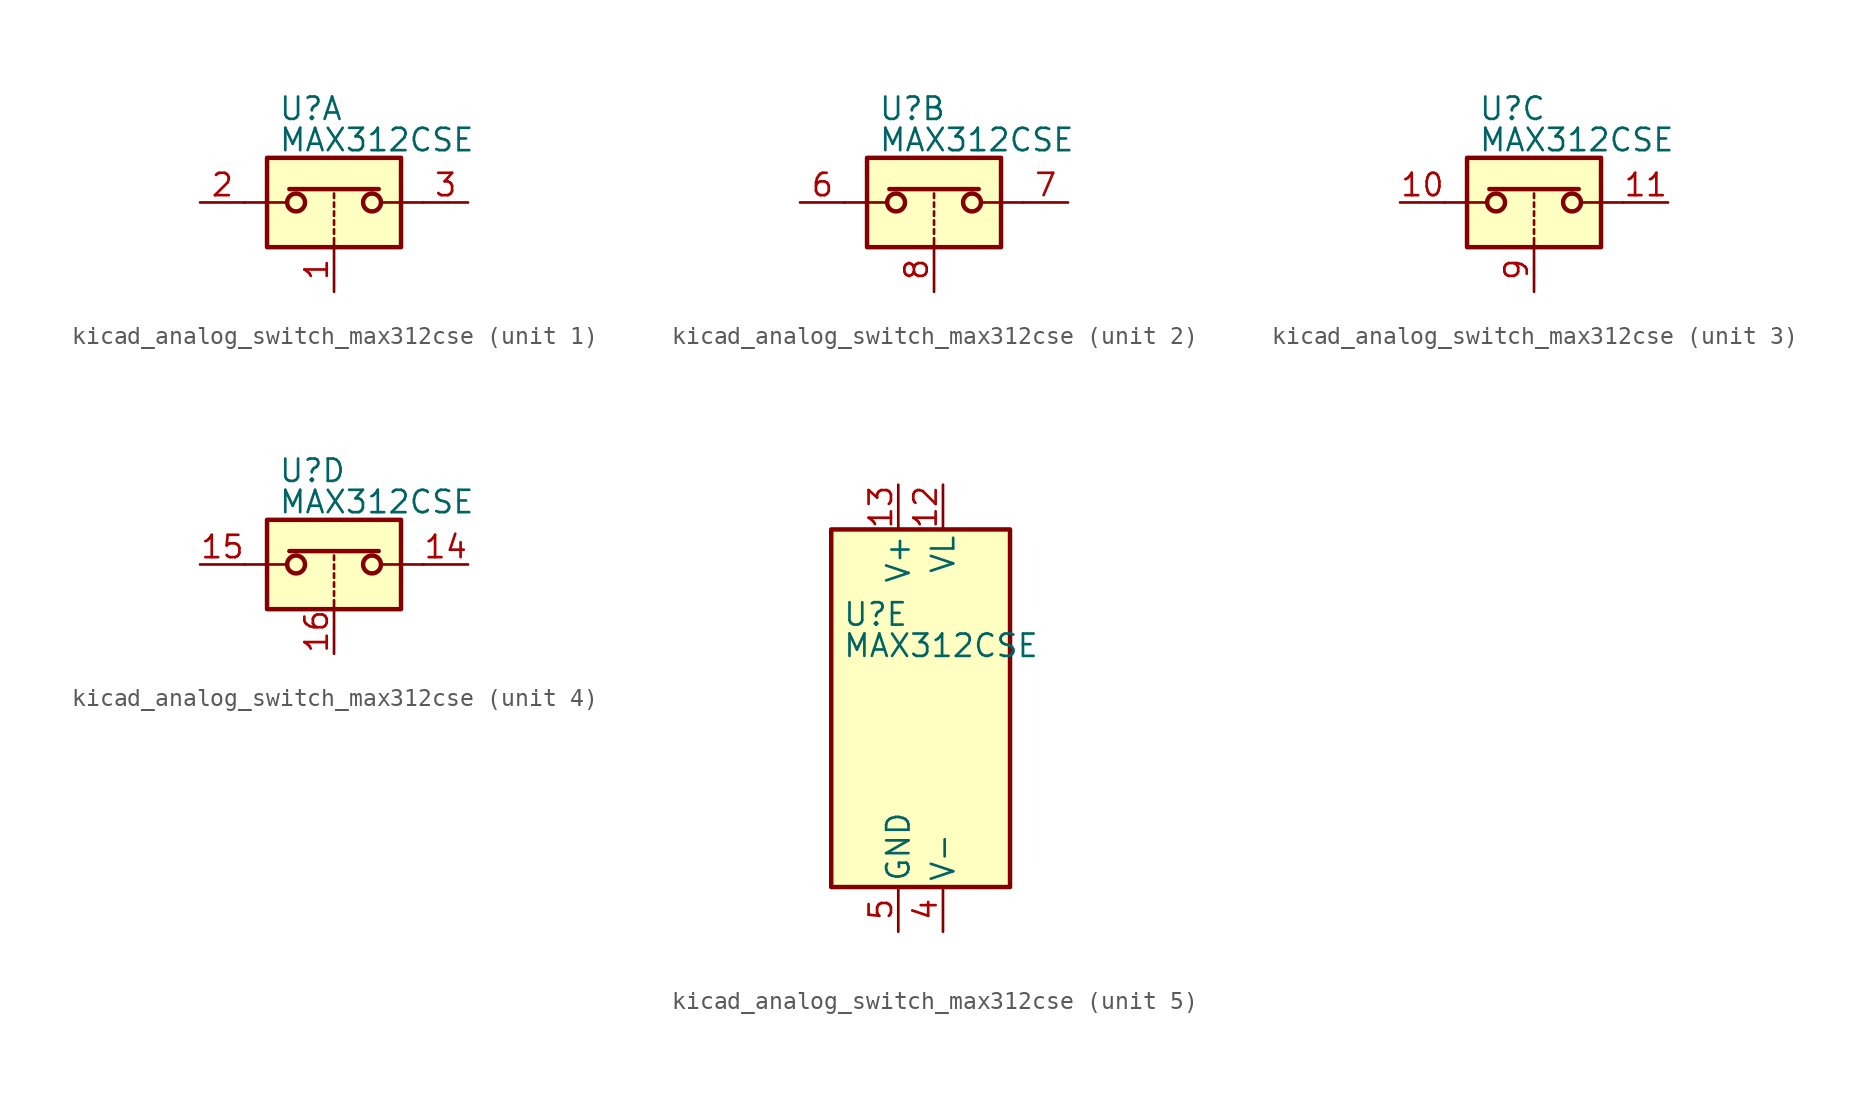
<source format=kicad_sym>
(kicad_symbol_lib
  (version 20220914)
  (generator kicad_symbol_editor)
  (symbol "kicad_analog_switch_max312cse"
    (pin_names
      (offset 0.254))
    (property "Reference" "U"
      (at -3.175 5.334 0)
      (effects (font (size 1.27 1.27)) (justify left)))
    (property "Value" "MAX312CSE"
      (at -3.175 3.556 0)
      (effects (font (size 1.27 1.27)) (justify left)))
    (symbol "kicad_analog_switch_max312cse_1_1"
      (rectangle (start -3.81 2.54) (end 3.81 -2.54) (stroke (width 0.254) (type default)) (fill (type background)))
      (circle (center -2.159 0) (radius 0.508) (stroke (width 0.254) (type default)) (fill (type none)))
      (polyline (pts (xy -5.08 0) (xy -2.794 0)) (stroke (width 0) (type default)) (fill (type none)))
      (polyline (pts (xy -2.54 0.762) (xy 2.54 0.762)) (stroke (width 0.254) (type default)) (fill (type none)))
      (polyline (pts (xy 0 -2.54) (xy 0 -2.032)) (stroke (width 0) (type default)) (fill (type none)))
      (polyline (pts (xy 0 -1.778) (xy 0 -1.524)) (stroke (width 0) (type default)) (fill (type none)))
      (polyline (pts (xy 0 -1.27) (xy 0 -1.016)) (stroke (width 0) (type default)) (fill (type none)))
      (polyline (pts (xy 0 -0.762) (xy 0 -0.508)) (stroke (width 0) (type default)) (fill (type none)))
      (polyline (pts (xy 0 -0.254) (xy 0 0)) (stroke (width 0) (type default)) (fill (type none)))
      (polyline (pts (xy 0 0.254) (xy 0 0.508)) (stroke (width 0) (type default)) (fill (type none)))
      (polyline (pts (xy 5.08 0) (xy 2.794 0)) (stroke (width 0) (type default)) (fill (type none)))
      (circle (center 2.159 0) (radius 0.508) (stroke (width 0.254) (type default)) (fill (type none)))
      (pin input line (at 0 -5.08 90) (length 2.54) (name "~" (effects (font (size 1.27 1.27)))) (number "1" (effects (font (size 1.27 1.27)))))
      (pin passive line (at -7.62 0 0) (length 2.54) (name "~" (effects (font (size 1.27 1.27)))) (number "2" (effects (font (size 1.27 1.27)))))
      (pin passive line (at 7.62 0 180) (length 2.54) (name "~" (effects (font (size 1.27 1.27)))) (number "3" (effects (font (size 1.27 1.27))))))
    (symbol "kicad_analog_switch_max312cse_2_1"
      (rectangle (start -3.81 2.54) (end 3.81 -2.54) (stroke (width 0.254) (type default)) (fill (type background)))
      (circle (center -2.159 0) (radius 0.508) (stroke (width 0.254) (type default)) (fill (type none)))
      (polyline (pts (xy -5.08 0) (xy -2.794 0)) (stroke (width 0) (type default)) (fill (type none)))
      (polyline (pts (xy -2.54 0.762) (xy 2.54 0.762)) (stroke (width 0.254) (type default)) (fill (type none)))
      (polyline (pts (xy 0 -2.54) (xy 0 -2.032)) (stroke (width 0) (type default)) (fill (type none)))
      (polyline (pts (xy 0 -1.778) (xy 0 -1.524)) (stroke (width 0) (type default)) (fill (type none)))
      (polyline (pts (xy 0 -1.27) (xy 0 -1.016)) (stroke (width 0) (type default)) (fill (type none)))
      (polyline (pts (xy 0 -0.762) (xy 0 -0.508)) (stroke (width 0) (type default)) (fill (type none)))
      (polyline (pts (xy 0 -0.254) (xy 0 0)) (stroke (width 0) (type default)) (fill (type none)))
      (polyline (pts (xy 0 0.254) (xy 0 0.508)) (stroke (width 0) (type default)) (fill (type none)))
      (polyline (pts (xy 5.08 0) (xy 2.794 0)) (stroke (width 0) (type default)) (fill (type none)))
      (circle (center 2.159 0) (radius 0.508) (stroke (width 0.254) (type default)) (fill (type none)))
      (pin passive line (at -7.62 0 0) (length 2.54) (name "~" (effects (font (size 1.27 1.27)))) (number "6" (effects (font (size 1.27 1.27)))))
      (pin passive line (at 7.62 0 180) (length 2.54) (name "~" (effects (font (size 1.27 1.27)))) (number "7" (effects (font (size 1.27 1.27)))))
      (pin input line (at 0 -5.08 90) (length 2.54) (name "~" (effects (font (size 1.27 1.27)))) (number "8" (effects (font (size 1.27 1.27))))))
    (symbol "kicad_analog_switch_max312cse_3_1"
      (rectangle (start -3.81 2.54) (end 3.81 -2.54) (stroke (width 0.254) (type default)) (fill (type background)))
      (circle (center -2.159 0) (radius 0.508) (stroke (width 0.254) (type default)) (fill (type none)))
      (polyline (pts (xy -5.08 0) (xy -2.794 0)) (stroke (width 0) (type default)) (fill (type none)))
      (polyline (pts (xy -2.54 0.762) (xy 2.54 0.762)) (stroke (width 0.254) (type default)) (fill (type none)))
      (polyline (pts (xy 0 -2.54) (xy 0 -2.032)) (stroke (width 0) (type default)) (fill (type none)))
      (polyline (pts (xy 0 -1.778) (xy 0 -1.524)) (stroke (width 0) (type default)) (fill (type none)))
      (polyline (pts (xy 0 -1.27) (xy 0 -1.016)) (stroke (width 0) (type default)) (fill (type none)))
      (polyline (pts (xy 0 -0.762) (xy 0 -0.508)) (stroke (width 0) (type default)) (fill (type none)))
      (polyline (pts (xy 0 -0.254) (xy 0 0)) (stroke (width 0) (type default)) (fill (type none)))
      (polyline (pts (xy 0 0.254) (xy 0 0.508)) (stroke (width 0) (type default)) (fill (type none)))
      (polyline (pts (xy 5.08 0) (xy 2.794 0)) (stroke (width 0) (type default)) (fill (type none)))
      (circle (center 2.159 0) (radius 0.508) (stroke (width 0.254) (type default)) (fill (type none)))
      (pin passive line (at -7.62 0 0) (length 2.54) (name "~" (effects (font (size 1.27 1.27)))) (number "10" (effects (font (size 1.27 1.27)))))
      (pin passive line (at 7.62 0 180) (length 2.54) (name "~" (effects (font (size 1.27 1.27)))) (number "11" (effects (font (size 1.27 1.27)))))
      (pin input line (at 0 -5.08 90) (length 2.54) (name "~" (effects (font (size 1.27 1.27)))) (number "9" (effects (font (size 1.27 1.27))))))
    (symbol "kicad_analog_switch_max312cse_4_1"
      (rectangle (start -3.81 2.54) (end 3.81 -2.54) (stroke (width 0.254) (type default)) (fill (type background)))
      (circle (center -2.159 0) (radius 0.508) (stroke (width 0.254) (type default)) (fill (type none)))
      (polyline (pts (xy -5.08 0) (xy -2.794 0)) (stroke (width 0) (type default)) (fill (type none)))
      (polyline (pts (xy -2.54 0.762) (xy 2.54 0.762)) (stroke (width 0.254) (type default)) (fill (type none)))
      (polyline (pts (xy 0 -2.54) (xy 0 -2.032)) (stroke (width 0) (type default)) (fill (type none)))
      (polyline (pts (xy 0 -1.778) (xy 0 -1.524)) (stroke (width 0) (type default)) (fill (type none)))
      (polyline (pts (xy 0 -1.27) (xy 0 -1.016)) (stroke (width 0) (type default)) (fill (type none)))
      (polyline (pts (xy 0 -0.762) (xy 0 -0.508)) (stroke (width 0) (type default)) (fill (type none)))
      (polyline (pts (xy 0 -0.254) (xy 0 0)) (stroke (width 0) (type default)) (fill (type none)))
      (polyline (pts (xy 0 0.254) (xy 0 0.508)) (stroke (width 0) (type default)) (fill (type none)))
      (polyline (pts (xy 5.08 0) (xy 2.794 0)) (stroke (width 0) (type default)) (fill (type none)))
      (circle (center 2.159 0) (radius 0.508) (stroke (width 0.254) (type default)) (fill (type none)))
      (pin passive line (at 7.62 0 180) (length 2.54) (name "~" (effects (font (size 1.27 1.27)))) (number "14" (effects (font (size 1.27 1.27)))))
      (pin passive line (at -7.62 0 0) (length 2.54) (name "~" (effects (font (size 1.27 1.27)))) (number "15" (effects (font (size 1.27 1.27)))))
      (pin input line (at 0 -5.08 90) (length 2.54) (name "~" (effects (font (size 1.27 1.27)))) (number "16" (effects (font (size 1.27 1.27))))))
    (symbol "kicad_analog_switch_max312cse_5_0"
      (pin power_in line (at 2.54 12.7 270) (length 2.54) (name "VL" (effects (font (size 1.27 1.27)))) (number "12" (effects (font (size 1.27 1.27)))))
      (pin power_in line (at 0 12.7 270) (length 2.54) (name "V+" (effects (font (size 1.27 1.27)))) (number "13" (effects (font (size 1.27 1.27)))))
      (pin power_in line (at 2.54 -12.7 90) (length 2.54) (name "V-" (effects (font (size 1.27 1.27)))) (number "4" (effects (font (size 1.27 1.27)))))
      (pin power_in line (at 0 -12.7 90) (length 2.54) (name "GND" (effects (font (size 1.27 1.27)))) (number "5" (effects (font (size 1.27 1.27))))))
    (symbol "kicad_analog_switch_max312cse_5_1"
      (rectangle (start -3.81 10.16) (end 6.35 -10.16) (stroke (width 0.254) (type default)) (fill (type background))))))
</source>
